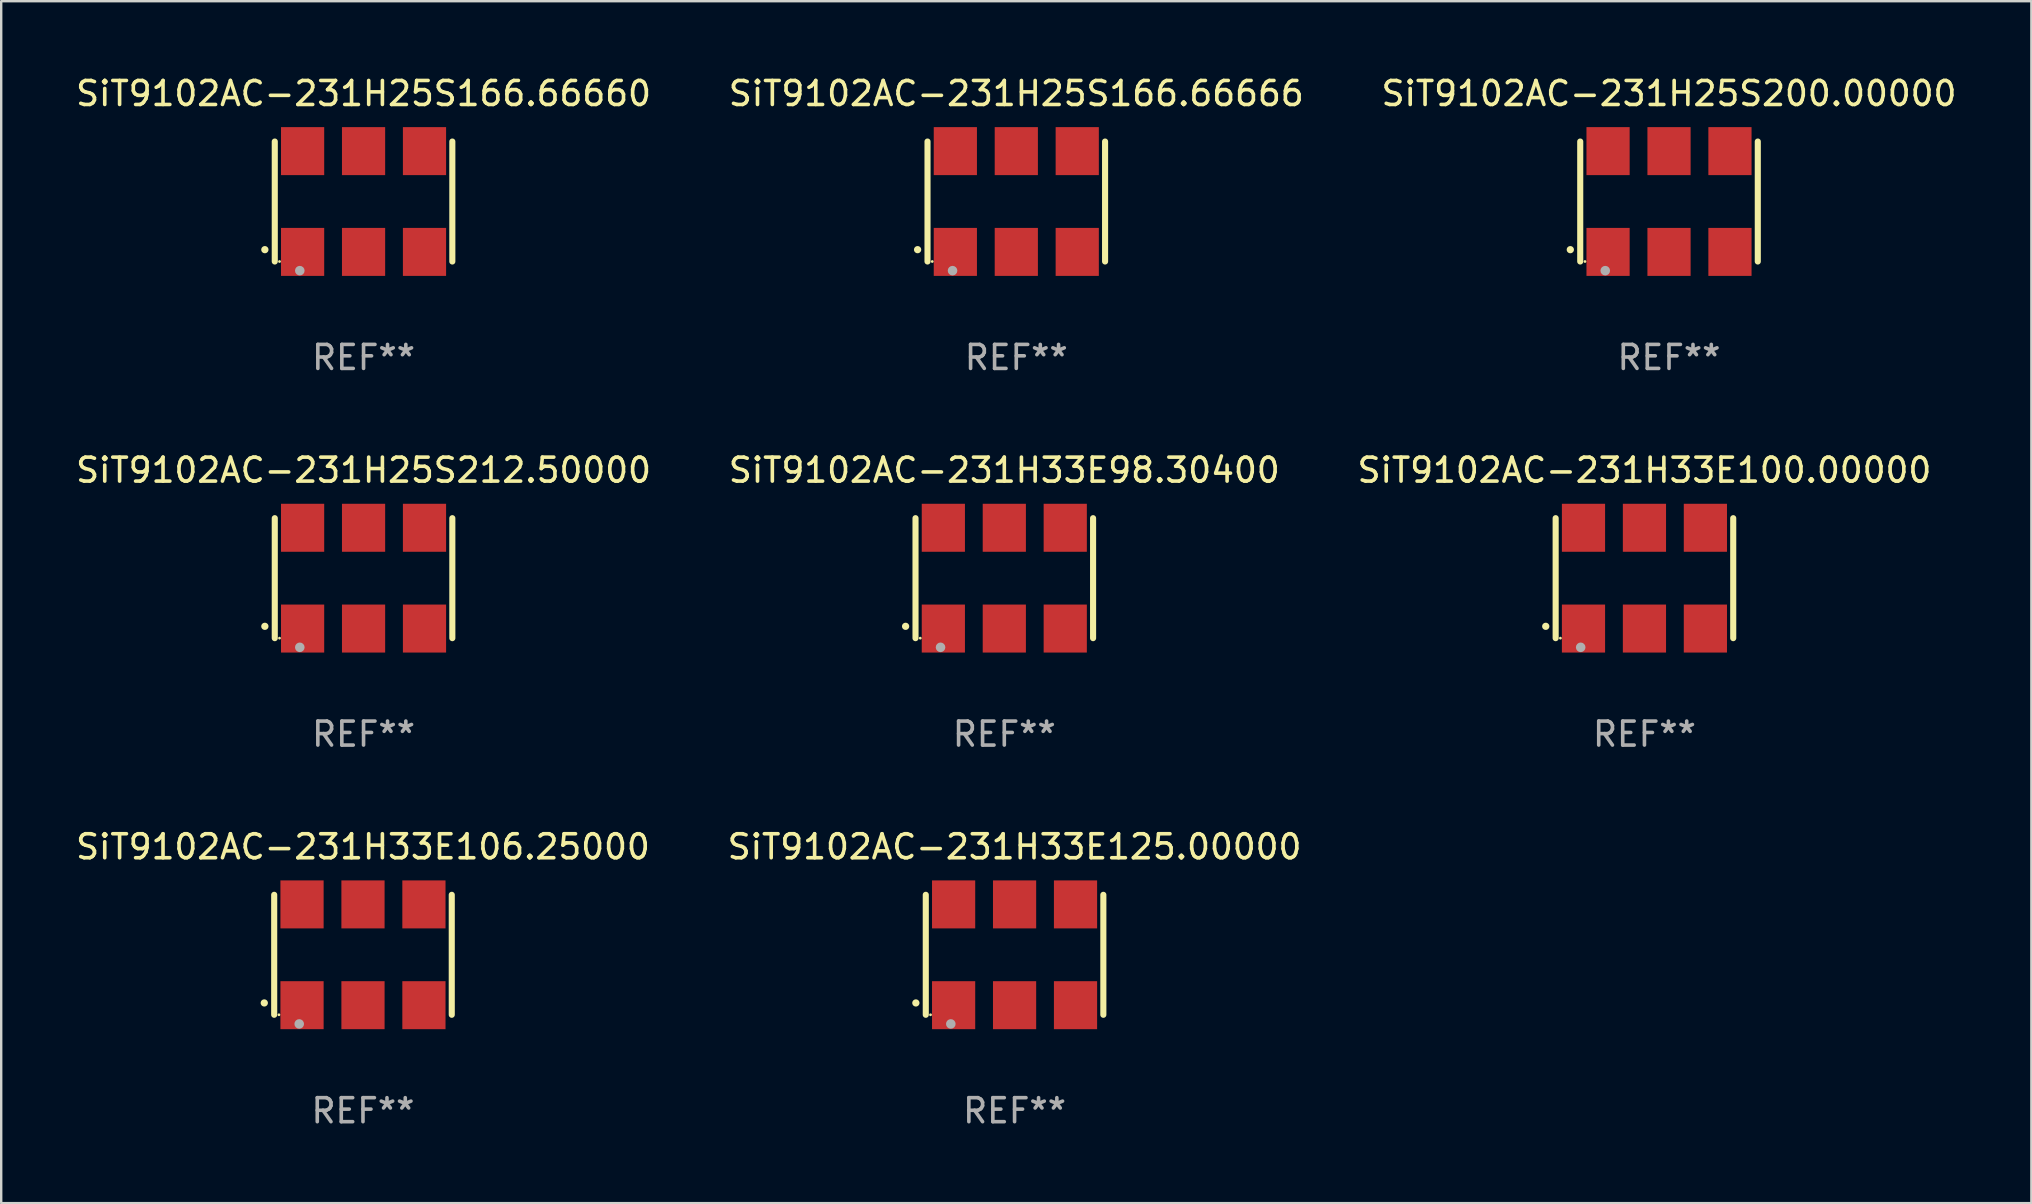
<source format=kicad_pcb>
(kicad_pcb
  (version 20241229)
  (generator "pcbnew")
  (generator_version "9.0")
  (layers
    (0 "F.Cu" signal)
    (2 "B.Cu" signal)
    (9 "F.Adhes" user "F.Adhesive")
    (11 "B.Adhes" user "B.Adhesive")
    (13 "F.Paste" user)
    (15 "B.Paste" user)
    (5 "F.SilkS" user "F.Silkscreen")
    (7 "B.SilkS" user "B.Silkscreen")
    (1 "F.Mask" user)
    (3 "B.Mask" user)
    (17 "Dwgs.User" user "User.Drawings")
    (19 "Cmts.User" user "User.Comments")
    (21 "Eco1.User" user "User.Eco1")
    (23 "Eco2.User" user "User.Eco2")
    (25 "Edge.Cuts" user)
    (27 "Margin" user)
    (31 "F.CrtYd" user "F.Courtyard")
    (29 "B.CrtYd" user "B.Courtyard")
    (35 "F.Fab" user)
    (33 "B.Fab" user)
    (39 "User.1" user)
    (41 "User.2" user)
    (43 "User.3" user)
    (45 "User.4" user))
  (footprint "SiT9102AC-231H25S200.00000"
    (layer "F.Cu")
    (at 66.506 5.348)
    (property "Reference" "SiT9102AC-231H25S200.00000" (at 0 -4.5 0) (layer "F.SilkS") (effects (font (size 1 1) (thickness 0.15))))
    (attr through_hole)
    (fp_line (start -3.7 -2.5) (end -3.7 2.5) (stroke (width 0.254) (type solid)) (layer "F.SilkS"))
    (fp_line (start 3.7 -2.5) (end 3.7 2.5) (stroke (width 0.254) (type solid)) (layer "F.SilkS"))
    (fp_arc (start -4.114415 2.006604) (mid -4.113145 2.006599) (end -4.111875 2.006604) (stroke (width 0.3) (type solid)) (layer "F.SilkS"))
    (fp_circle (center -3.502 2.5) (end -3.472 2.5) (stroke (width 0.06) (type solid)) (fill no) (layer "F.SilkS"))
    (fp_circle (center -2.657 2.882) (end -2.557 2.882) (stroke (width 0.2) (type solid)) (fill no) (layer "F.Fab"))
    (fp_text user "REF**" (at 0 6.5 0) (layer "F.Fab") (effects (font (size 1 1) (thickness 0.15))))
    (pad "1" smd rect (at -2.54 2.1) (size 1.8 2) (layers "F.Cu" "F.Mask" "F.Paste"))
    (pad "2" smd rect (at 0.000394 2.1) (size 1.8 2) (layers "F.Cu" "F.Mask" "F.Paste"))
    (pad "3" smd rect (at 2.54 2.1) (size 1.8 2) (layers "F.Cu" "F.Mask" "F.Paste"))
    (pad "4" smd rect (at 2.54 -2.1) (size 1.8 2) (layers "F.Cu" "F.Mask" "F.Paste"))
    (pad "5" smd rect (at 0.000394 -2.1) (size 1.8 2) (layers "F.Cu" "F.Mask" "F.Paste"))
    (pad "6" smd rect (at -2.54 -2.1) (size 1.8 2) (layers "F.Cu" "F.Mask" "F.Paste")))
  (footprint "SiT9102AC-231H25S212.50000"
    (layer "F.Cu")
    (at 12.101 21.045)
    (property "Reference" "SiT9102AC-231H25S212.50000" (at 0 -4.5 0) (layer "F.SilkS") (effects (font (size 1 1) (thickness 0.15))))
    (attr through_hole)
    (fp_line (start -3.7 -2.5) (end -3.7 2.5) (stroke (width 0.254) (type solid)) (layer "F.SilkS"))
    (fp_line (start 3.7 -2.5) (end 3.7 2.5) (stroke (width 0.254) (type solid)) (layer "F.SilkS"))
    (fp_arc (start -4.114415 2.006604) (mid -4.113145 2.006599) (end -4.111875 2.006604) (stroke (width 0.3) (type solid)) (layer "F.SilkS"))
    (fp_circle (center -3.502 2.5) (end -3.472 2.5) (stroke (width 0.06) (type solid)) (fill no) (layer "F.SilkS"))
    (fp_circle (center -2.657 2.882) (end -2.557 2.882) (stroke (width 0.2) (type solid)) (fill no) (layer "F.Fab"))
    (fp_text user "REF**" (at 0 6.5 0) (layer "F.Fab") (effects (font (size 1 1) (thickness 0.15))))
    (pad "1" smd rect (at -2.54 2.1) (size 1.8 2) (layers "F.Cu" "F.Mask" "F.Paste"))
    (pad "2" smd rect (at 0.000394 2.1) (size 1.8 2) (layers "F.Cu" "F.Mask" "F.Paste"))
    (pad "3" smd rect (at 2.54 2.1) (size 1.8 2) (layers "F.Cu" "F.Mask" "F.Paste"))
    (pad "4" smd rect (at 2.54 -2.1) (size 1.8 2) (layers "F.Cu" "F.Mask" "F.Paste"))
    (pad "5" smd rect (at 0.000394 -2.1) (size 1.8 2) (layers "F.Cu" "F.Mask" "F.Paste"))
    (pad "6" smd rect (at -2.54 -2.1) (size 1.8 2) (layers "F.Cu" "F.Mask" "F.Paste")))
  (footprint "SiT9102AC-231H33E106.25000"
    (layer "F.Cu")
    (at 12.077 36.741)
    (property "Reference" "SiT9102AC-231H33E106.25000" (at 0 -4.5 0) (layer "F.SilkS") (effects (font (size 1 1) (thickness 0.15))))
    (attr through_hole)
    (fp_line (start -3.7 -2.5) (end -3.7 2.5) (stroke (width 0.254) (type solid)) (layer "F.SilkS"))
    (fp_line (start 3.7 -2.5) (end 3.7 2.5) (stroke (width 0.254) (type solid)) (layer "F.SilkS"))
    (fp_arc (start -4.114415 2.006604) (mid -4.113145 2.006599) (end -4.111875 2.006604) (stroke (width 0.3) (type solid)) (layer "F.SilkS"))
    (fp_circle (center -3.502 2.5) (end -3.472 2.5) (stroke (width 0.06) (type solid)) (fill no) (layer "F.SilkS"))
    (fp_circle (center -2.657 2.882) (end -2.557 2.882) (stroke (width 0.2) (type solid)) (fill no) (layer "F.Fab"))
    (fp_text user "REF**" (at 0 6.5 0) (layer "F.Fab") (effects (font (size 1 1) (thickness 0.15))))
    (pad "1" smd rect (at -2.54 2.1) (size 1.8 2) (layers "F.Cu" "F.Mask" "F.Paste"))
    (pad "2" smd rect (at 0.000394 2.1) (size 1.8 2) (layers "F.Cu" "F.Mask" "F.Paste"))
    (pad "3" smd rect (at 2.54 2.1) (size 1.8 2) (layers "F.Cu" "F.Mask" "F.Paste"))
    (pad "4" smd rect (at 2.54 -2.1) (size 1.8 2) (layers "F.Cu" "F.Mask" "F.Paste"))
    (pad "5" smd rect (at 0.000394 -2.1) (size 1.8 2) (layers "F.Cu" "F.Mask" "F.Paste"))
    (pad "6" smd rect (at -2.54 -2.1) (size 1.8 2) (layers "F.Cu" "F.Mask" "F.Paste")))
  (footprint "SiT9102AC-231H25S166.66666"
    (layer "F.Cu")
    (at 39.304 5.348)
    (property "Reference" "SiT9102AC-231H25S166.66666" (at 0 -4.5 0) (layer "F.SilkS") (effects (font (size 1 1) (thickness 0.15))))
    (attr through_hole)
    (fp_line (start -3.7 -2.5) (end -3.7 2.5) (stroke (width 0.254) (type solid)) (layer "F.SilkS"))
    (fp_line (start 3.7 -2.5) (end 3.7 2.5) (stroke (width 0.254) (type solid)) (layer "F.SilkS"))
    (fp_arc (start -4.114415 2.006604) (mid -4.113145 2.006599) (end -4.111875 2.006604) (stroke (width 0.3) (type solid)) (layer "F.SilkS"))
    (fp_circle (center -3.502 2.5) (end -3.472 2.5) (stroke (width 0.06) (type solid)) (fill no) (layer "F.SilkS"))
    (fp_circle (center -2.657 2.882) (end -2.557 2.882) (stroke (width 0.2) (type solid)) (fill no) (layer "F.Fab"))
    (fp_text user "REF**" (at 0 6.5 0) (layer "F.Fab") (effects (font (size 1 1) (thickness 0.15))))
    (pad "1" smd rect (at -2.54 2.1) (size 1.8 2) (layers "F.Cu" "F.Mask" "F.Paste"))
    (pad "2" smd rect (at 0.000394 2.1) (size 1.8 2) (layers "F.Cu" "F.Mask" "F.Paste"))
    (pad "3" smd rect (at 2.54 2.1) (size 1.8 2) (layers "F.Cu" "F.Mask" "F.Paste"))
    (pad "4" smd rect (at 2.54 -2.1) (size 1.8 2) (layers "F.Cu" "F.Mask" "F.Paste"))
    (pad "5" smd rect (at 0.000394 -2.1) (size 1.8 2) (layers "F.Cu" "F.Mask" "F.Paste"))
    (pad "6" smd rect (at -2.54 -2.1) (size 1.8 2) (layers "F.Cu" "F.Mask" "F.Paste")))
  (footprint "SiT9102AC-231H33E100.00000"
    (layer "F.Cu")
    (at 65.482 21.045)
    (property "Reference" "SiT9102AC-231H33E100.00000" (at 0 -4.5 0) (layer "F.SilkS") (effects (font (size 1 1) (thickness 0.15))))
    (attr through_hole)
    (fp_line (start -3.7 -2.5) (end -3.7 2.5) (stroke (width 0.254) (type solid)) (layer "F.SilkS"))
    (fp_line (start 3.7 -2.5) (end 3.7 2.5) (stroke (width 0.254) (type solid)) (layer "F.SilkS"))
    (fp_arc (start -4.114415 2.006604) (mid -4.113145 2.006599) (end -4.111875 2.006604) (stroke (width 0.3) (type solid)) (layer "F.SilkS"))
    (fp_circle (center -3.502 2.5) (end -3.472 2.5) (stroke (width 0.06) (type solid)) (fill no) (layer "F.SilkS"))
    (fp_circle (center -2.657 2.882) (end -2.557 2.882) (stroke (width 0.2) (type solid)) (fill no) (layer "F.Fab"))
    (fp_text user "REF**" (at 0 6.5 0) (layer "F.Fab") (effects (font (size 1 1) (thickness 0.15))))
    (pad "1" smd rect (at -2.54 2.1) (size 1.8 2) (layers "F.Cu" "F.Mask" "F.Paste"))
    (pad "2" smd rect (at 0.000394 2.1) (size 1.8 2) (layers "F.Cu" "F.Mask" "F.Paste"))
    (pad "3" smd rect (at 2.54 2.1) (size 1.8 2) (layers "F.Cu" "F.Mask" "F.Paste"))
    (pad "4" smd rect (at 2.54 -2.1) (size 1.8 2) (layers "F.Cu" "F.Mask" "F.Paste"))
    (pad "5" smd rect (at 0.000394 -2.1) (size 1.8 2) (layers "F.Cu" "F.Mask" "F.Paste"))
    (pad "6" smd rect (at -2.54 -2.1) (size 1.8 2) (layers "F.Cu" "F.Mask" "F.Paste")))
  (footprint "SiT9102AC-231H33E125.00000"
    (layer "F.Cu")
    (at 39.232 36.741)
    (property "Reference" "SiT9102AC-231H33E125.00000" (at 0 -4.5 0) (layer "F.SilkS") (effects (font (size 1 1) (thickness 0.15))))
    (attr through_hole)
    (fp_line (start -3.7 -2.5) (end -3.7 2.5) (stroke (width 0.254) (type solid)) (layer "F.SilkS"))
    (fp_line (start 3.7 -2.5) (end 3.7 2.5) (stroke (width 0.254) (type solid)) (layer "F.SilkS"))
    (fp_arc (start -4.114415 2.006604) (mid -4.113145 2.006599) (end -4.111875 2.006604) (stroke (width 0.3) (type solid)) (layer "F.SilkS"))
    (fp_circle (center -3.502 2.5) (end -3.472 2.5) (stroke (width 0.06) (type solid)) (fill no) (layer "F.SilkS"))
    (fp_circle (center -2.657 2.882) (end -2.557 2.882) (stroke (width 0.2) (type solid)) (fill no) (layer "F.Fab"))
    (fp_text user "REF**" (at 0 6.5 0) (layer "F.Fab") (effects (font (size 1 1) (thickness 0.15))))
    (pad "1" smd rect (at -2.54 2.1) (size 1.8 2) (layers "F.Cu" "F.Mask" "F.Paste"))
    (pad "2" smd rect (at 0.000394 2.1) (size 1.8 2) (layers "F.Cu" "F.Mask" "F.Paste"))
    (pad "3" smd rect (at 2.54 2.1) (size 1.8 2) (layers "F.Cu" "F.Mask" "F.Paste"))
    (pad "4" smd rect (at 2.54 -2.1) (size 1.8 2) (layers "F.Cu" "F.Mask" "F.Paste"))
    (pad "5" smd rect (at 0.000394 -2.1) (size 1.8 2) (layers "F.Cu" "F.Mask" "F.Paste"))
    (pad "6" smd rect (at -2.54 -2.1) (size 1.8 2) (layers "F.Cu" "F.Mask" "F.Paste")))
  (footprint "SiT9102AC-231H25S166.66660"
    (layer "F.Cu")
    (at 12.101 5.348)
    (property "Reference" "SiT9102AC-231H25S166.66660" (at 0 -4.5 0) (layer "F.SilkS") (effects (font (size 1 1) (thickness 0.15))))
    (attr through_hole)
    (fp_line (start -3.7 -2.5) (end -3.7 2.5) (stroke (width 0.254) (type solid)) (layer "F.SilkS"))
    (fp_line (start 3.7 -2.5) (end 3.7 2.5) (stroke (width 0.254) (type solid)) (layer "F.SilkS"))
    (fp_arc (start -4.114415 2.006604) (mid -4.113145 2.006599) (end -4.111875 2.006604) (stroke (width 0.3) (type solid)) (layer "F.SilkS"))
    (fp_circle (center -3.502 2.5) (end -3.472 2.5) (stroke (width 0.06) (type solid)) (fill no) (layer "F.SilkS"))
    (fp_circle (center -2.657 2.882) (end -2.557 2.882) (stroke (width 0.2) (type solid)) (fill no) (layer "F.Fab"))
    (fp_text user "REF**" (at 0 6.5 0) (layer "F.Fab") (effects (font (size 1 1) (thickness 0.15))))
    (pad "1" smd rect (at -2.54 2.1) (size 1.8 2) (layers "F.Cu" "F.Mask" "F.Paste"))
    (pad "2" smd rect (at 0.000394 2.1) (size 1.8 2) (layers "F.Cu" "F.Mask" "F.Paste"))
    (pad "3" smd rect (at 2.54 2.1) (size 1.8 2) (layers "F.Cu" "F.Mask" "F.Paste"))
    (pad "4" smd rect (at 2.54 -2.1) (size 1.8 2) (layers "F.Cu" "F.Mask" "F.Paste"))
    (pad "5" smd rect (at 0.000394 -2.1) (size 1.8 2) (layers "F.Cu" "F.Mask" "F.Paste"))
    (pad "6" smd rect (at -2.54 -2.1) (size 1.8 2) (layers "F.Cu" "F.Mask" "F.Paste")))
  (footprint "SiT9102AC-231H33E98.30400"
    (layer "F.Cu")
    (at 38.804 21.045)
    (property "Reference" "SiT9102AC-231H33E98.30400" (at 0 -4.5 0) (layer "F.SilkS") (effects (font (size 1 1) (thickness 0.15))))
    (attr through_hole)
    (fp_line (start -3.7 -2.5) (end -3.7 2.5) (stroke (width 0.254) (type solid)) (layer "F.SilkS"))
    (fp_line (start 3.7 -2.5) (end 3.7 2.5) (stroke (width 0.254) (type solid)) (layer "F.SilkS"))
    (fp_arc (start -4.114415 2.006604) (mid -4.113145 2.006599) (end -4.111875 2.006604) (stroke (width 0.3) (type solid)) (layer "F.SilkS"))
    (fp_circle (center -3.502 2.5) (end -3.472 2.5) (stroke (width 0.06) (type solid)) (fill no) (layer "F.SilkS"))
    (fp_circle (center -2.657 2.882) (end -2.557 2.882) (stroke (width 0.2) (type solid)) (fill no) (layer "F.Fab"))
    (fp_text user "REF**" (at 0 6.5 0) (layer "F.Fab") (effects (font (size 1 1) (thickness 0.15))))
    (pad "1" smd rect (at -2.54 2.1) (size 1.8 2) (layers "F.Cu" "F.Mask" "F.Paste"))
    (pad "2" smd rect (at 0.000394 2.1) (size 1.8 2) (layers "F.Cu" "F.Mask" "F.Paste"))
    (pad "3" smd rect (at 2.54 2.1) (size 1.8 2) (layers "F.Cu" "F.Mask" "F.Paste"))
    (pad "4" smd rect (at 2.54 -2.1) (size 1.8 2) (layers "F.Cu" "F.Mask" "F.Paste"))
    (pad "5" smd rect (at 0.000394 -2.1) (size 1.8 2) (layers "F.Cu" "F.Mask" "F.Paste"))
    (pad "6" smd rect (at -2.54 -2.1) (size 1.8 2) (layers "F.Cu" "F.Mask" "F.Paste")))
  (gr_rect
    (start -3 -3)
    (end 81.607 47.09)
    (stroke (width 0.1) (type default))
    (fill no)
    (layer "Edge.Cuts")))
</source>
